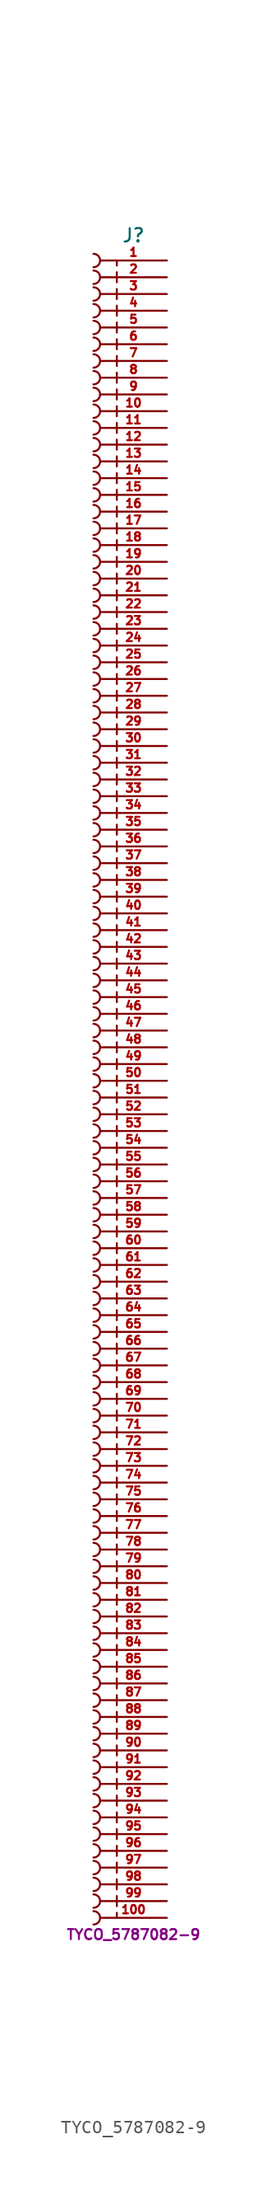
<source format=kicad_sym>
(kicad_symbol_lib
  (version 20211014)
  (generator kicad_symbol_editor)
  (symbol "TYCO_5787082-9"
    (pin_names
      (offset 2.54))
    (property "Reference" "J"
      (at 0 64.135 0)
      (effects (font (size 1.016 1.016))))
    (property "Footprint" ""
      (at 0 43.18 0)
      (effects (font (size 1.524 1.524))))
    (property "Datasheet" ""
      (at 0 43.18 0)
      (effects (font (size 1.524 1.524))))
    (property "Unit" "TYCO_5787082-9"
      (at 0 -64.77 0)
      (effects (font (size 0.762 0.762))))
    (symbol "TYCO_5787082-9_0_1"
      (arc (start -3.048 -64.008) (mid -2.54 -63.5) (end -3.048 -62.992) (stroke (width 0) (type default) (color 0 0 0 0)) (fill (type none)))
      (arc (start -3.048 -62.738) (mid -2.54 -62.23) (end -3.048 -61.722) (stroke (width 0) (type default) (color 0 0 0 0)) (fill (type none)))
      (arc (start -3.048 -61.468) (mid -2.54 -60.96) (end -3.048 -60.452) (stroke (width 0) (type default) (color 0 0 0 0)) (fill (type none)))
      (arc (start -3.048 -60.198) (mid -2.54 -59.69) (end -3.048 -59.182) (stroke (width 0) (type default) (color 0 0 0 0)) (fill (type none)))
      (arc (start -3.048 -58.928) (mid -2.54 -58.42) (end -3.048 -57.912) (stroke (width 0) (type default) (color 0 0 0 0)) (fill (type none)))
      (arc (start -3.048 -57.658) (mid -2.54 -57.15) (end -3.048 -56.642) (stroke (width 0) (type default) (color 0 0 0 0)) (fill (type none)))
      (arc (start -3.048 -56.388) (mid -2.54 -55.88) (end -3.048 -55.372) (stroke (width 0) (type default) (color 0 0 0 0)) (fill (type none)))
      (arc (start -3.048 -55.118) (mid -2.54 -54.61) (end -3.048 -54.102) (stroke (width 0) (type default) (color 0 0 0 0)) (fill (type none)))
      (arc (start -3.048 -53.848) (mid -2.54 -53.34) (end -3.048 -52.832) (stroke (width 0) (type default) (color 0 0 0 0)) (fill (type none)))
      (arc (start -3.048 -52.578) (mid -2.54 -52.07) (end -3.048 -51.562) (stroke (width 0) (type default) (color 0 0 0 0)) (fill (type none)))
      (arc (start -3.048 -51.308) (mid -2.54 -50.8) (end -3.048 -50.292) (stroke (width 0) (type default) (color 0 0 0 0)) (fill (type none)))
      (arc (start -3.048 -50.038) (mid -2.54 -49.53) (end -3.048 -49.022) (stroke (width 0) (type default) (color 0 0 0 0)) (fill (type none)))
      (arc (start -3.048 -48.768) (mid -2.54 -48.26) (end -3.048 -47.752) (stroke (width 0) (type default) (color 0 0 0 0)) (fill (type none)))
      (arc (start -3.048 -47.498) (mid -2.54 -46.99) (end -3.048 -46.482) (stroke (width 0) (type default) (color 0 0 0 0)) (fill (type none)))
      (arc (start -3.048 -46.228) (mid -2.54 -45.72) (end -3.048 -45.212) (stroke (width 0) (type default) (color 0 0 0 0)) (fill (type none)))
      (arc (start -3.048 -44.958) (mid -2.54 -44.45) (end -3.048 -43.942) (stroke (width 0) (type default) (color 0 0 0 0)) (fill (type none)))
      (arc (start -3.048 -43.688) (mid -2.54 -43.18) (end -3.048 -42.672) (stroke (width 0) (type default) (color 0 0 0 0)) (fill (type none)))
      (arc (start -3.048 -42.418) (mid -2.54 -41.91) (end -3.048 -41.402) (stroke (width 0) (type default) (color 0 0 0 0)) (fill (type none)))
      (arc (start -3.048 -41.148) (mid -2.54 -40.64) (end -3.048 -40.132) (stroke (width 0) (type default) (color 0 0 0 0)) (fill (type none)))
      (arc (start -3.048 -39.878) (mid -2.54 -39.37) (end -3.048 -38.862) (stroke (width 0) (type default) (color 0 0 0 0)) (fill (type none)))
      (arc (start -3.048 -38.608) (mid -2.54 -38.1) (end -3.048 -37.592) (stroke (width 0) (type default) (color 0 0 0 0)) (fill (type none)))
      (arc (start -3.048 -37.338) (mid -2.54 -36.83) (end -3.048 -36.322) (stroke (width 0) (type default) (color 0 0 0 0)) (fill (type none)))
      (arc (start -3.048 -36.068) (mid -2.54 -35.56) (end -3.048 -35.052) (stroke (width 0) (type default) (color 0 0 0 0)) (fill (type none)))
      (arc (start -3.048 -34.798) (mid -2.54 -34.29) (end -3.048 -33.782) (stroke (width 0) (type default) (color 0 0 0 0)) (fill (type none)))
      (arc (start -3.048 -33.528) (mid -2.54 -33.02) (end -3.048 -32.512) (stroke (width 0) (type default) (color 0 0 0 0)) (fill (type none)))
      (arc (start -3.048 -32.258) (mid -2.54 -31.75) (end -3.048 -31.242) (stroke (width 0) (type default) (color 0 0 0 0)) (fill (type none)))
      (arc (start -3.048 -30.988) (mid -2.54 -30.48) (end -3.048 -29.972) (stroke (width 0) (type default) (color 0 0 0 0)) (fill (type none)))
      (arc (start -3.048 -29.718) (mid -2.54 -29.21) (end -3.048 -28.702) (stroke (width 0) (type default) (color 0 0 0 0)) (fill (type none)))
      (arc (start -3.048 -28.448) (mid -2.54 -27.94) (end -3.048 -27.432) (stroke (width 0) (type default) (color 0 0 0 0)) (fill (type none)))
      (arc (start -3.048 -27.178) (mid -2.54 -26.67) (end -3.048 -26.162) (stroke (width 0) (type default) (color 0 0 0 0)) (fill (type none)))
      (arc (start -3.048 -25.908) (mid -2.54 -25.4) (end -3.048 -24.892) (stroke (width 0) (type default) (color 0 0 0 0)) (fill (type none)))
      (arc (start -3.048 -24.638) (mid -2.54 -24.13) (end -3.048 -23.622) (stroke (width 0) (type default) (color 0 0 0 0)) (fill (type none)))
      (arc (start -3.048 -23.368) (mid -2.54 -22.86) (end -3.048 -22.352) (stroke (width 0) (type default) (color 0 0 0 0)) (fill (type none)))
      (arc (start -3.048 -22.098) (mid -2.54 -21.59) (end -3.048 -21.082) (stroke (width 0) (type default) (color 0 0 0 0)) (fill (type none)))
      (arc (start -3.048 -20.828) (mid -2.54 -20.32) (end -3.048 -19.812) (stroke (width 0) (type default) (color 0 0 0 0)) (fill (type none)))
      (arc (start -3.048 -19.558) (mid -2.54 -19.05) (end -3.048 -18.542) (stroke (width 0) (type default) (color 0 0 0 0)) (fill (type none)))
      (arc (start -3.048 -18.288) (mid -2.54 -17.78) (end -3.048 -17.272) (stroke (width 0) (type default) (color 0 0 0 0)) (fill (type none)))
      (arc (start -3.048 -17.018) (mid -2.54 -16.51) (end -3.048 -16.002) (stroke (width 0) (type default) (color 0 0 0 0)) (fill (type none)))
      (arc (start -3.048 -15.748) (mid -2.54 -15.24) (end -3.048 -14.732) (stroke (width 0) (type default) (color 0 0 0 0)) (fill (type none)))
      (arc (start -3.048 -14.478) (mid -2.54 -13.97) (end -3.048 -13.462) (stroke (width 0) (type default) (color 0 0 0 0)) (fill (type none)))
      (arc (start -3.048 -13.208) (mid -2.54 -12.7) (end -3.048 -12.192) (stroke (width 0) (type default) (color 0 0 0 0)) (fill (type none)))
      (arc (start -3.048 -11.938) (mid -2.54 -11.43) (end -3.048 -10.922) (stroke (width 0) (type default) (color 0 0 0 0)) (fill (type none)))
      (arc (start -3.048 -10.668) (mid -2.54 -10.16) (end -3.048 -9.652) (stroke (width 0) (type default) (color 0 0 0 0)) (fill (type none)))
      (arc (start -3.048 -9.398) (mid -2.54 -8.89) (end -3.048 -8.382) (stroke (width 0) (type default) (color 0 0 0 0)) (fill (type none)))
      (arc (start -3.048 -8.128) (mid -2.54 -7.62) (end -3.048 -7.112) (stroke (width 0) (type default) (color 0 0 0 0)) (fill (type none)))
      (arc (start -3.048 -6.858) (mid -2.54 -6.35) (end -3.048 -5.842) (stroke (width 0) (type default) (color 0 0 0 0)) (fill (type none)))
      (arc (start -3.048 -5.588) (mid -2.54 -5.08) (end -3.048 -4.572) (stroke (width 0) (type default) (color 0 0 0 0)) (fill (type none)))
      (arc (start -3.048 -4.318) (mid -2.54 -3.81) (end -3.048 -3.302) (stroke (width 0) (type default) (color 0 0 0 0)) (fill (type none)))
      (arc (start -3.048 -3.048) (mid -2.54 -2.54) (end -3.048 -2.032) (stroke (width 0) (type default) (color 0 0 0 0)) (fill (type none)))
      (arc (start -3.048 -1.778) (mid -2.54 -1.27) (end -3.048 -0.762) (stroke (width 0) (type default) (color 0 0 0 0)) (fill (type none)))
      (arc (start -3.048 -0.508) (mid -2.54 0) (end -3.048 0.508) (stroke (width 0) (type default) (color 0 0 0 0)) (fill (type none)))
      (arc (start -3.048 0.762) (mid -2.54 1.27) (end -3.048 1.778) (stroke (width 0) (type default) (color 0 0 0 0)) (fill (type none)))
      (arc (start -3.048 2.032) (mid -2.54 2.54) (end -3.048 3.048) (stroke (width 0) (type default) (color 0 0 0 0)) (fill (type none)))
      (arc (start -3.048 3.302) (mid -2.54 3.81) (end -3.048 4.318) (stroke (width 0) (type default) (color 0 0 0 0)) (fill (type none)))
      (arc (start -3.048 4.572) (mid -2.54 5.08) (end -3.048 5.588) (stroke (width 0) (type default) (color 0 0 0 0)) (fill (type none)))
      (arc (start -3.048 5.842) (mid -2.54 6.35) (end -3.048 6.858) (stroke (width 0) (type default) (color 0 0 0 0)) (fill (type none)))
      (arc (start -3.048 7.112) (mid -2.54 7.62) (end -3.048 8.128) (stroke (width 0) (type default) (color 0 0 0 0)) (fill (type none)))
      (arc (start -3.048 8.382) (mid -2.54 8.89) (end -3.048 9.398) (stroke (width 0) (type default) (color 0 0 0 0)) (fill (type none)))
      (arc (start -3.048 9.652) (mid -2.54 10.16) (end -3.048 10.668) (stroke (width 0) (type default) (color 0 0 0 0)) (fill (type none)))
      (arc (start -3.048 10.922) (mid -2.54 11.43) (end -3.048 11.938) (stroke (width 0) (type default) (color 0 0 0 0)) (fill (type none)))
      (arc (start -3.048 12.192) (mid -2.54 12.7) (end -3.048 13.208) (stroke (width 0) (type default) (color 0 0 0 0)) (fill (type none)))
      (arc (start -3.048 13.462) (mid -2.54 13.97) (end -3.048 14.478) (stroke (width 0) (type default) (color 0 0 0 0)) (fill (type none)))
      (arc (start -3.048 14.732) (mid -2.54 15.24) (end -3.048 15.748) (stroke (width 0) (type default) (color 0 0 0 0)) (fill (type none)))
      (arc (start -3.048 16.002) (mid -2.54 16.51) (end -3.048 17.018) (stroke (width 0) (type default) (color 0 0 0 0)) (fill (type none)))
      (arc (start -3.048 17.272) (mid -2.54 17.78) (end -3.048 18.288) (stroke (width 0) (type default) (color 0 0 0 0)) (fill (type none)))
      (arc (start -3.048 18.542) (mid -2.54 19.05) (end -3.048 19.558) (stroke (width 0) (type default) (color 0 0 0 0)) (fill (type none)))
      (arc (start -3.048 19.812) (mid -2.54 20.32) (end -3.048 20.828) (stroke (width 0) (type default) (color 0 0 0 0)) (fill (type none)))
      (arc (start -3.048 21.082) (mid -2.54 21.59) (end -3.048 22.098) (stroke (width 0) (type default) (color 0 0 0 0)) (fill (type none)))
      (arc (start -3.048 22.352) (mid -2.54 22.86) (end -3.048 23.368) (stroke (width 0) (type default) (color 0 0 0 0)) (fill (type none)))
      (arc (start -3.048 23.622) (mid -2.54 24.13) (end -3.048 24.638) (stroke (width 0) (type default) (color 0 0 0 0)) (fill (type none)))
      (arc (start -3.048 24.892) (mid -2.54 25.4) (end -3.048 25.908) (stroke (width 0) (type default) (color 0 0 0 0)) (fill (type none)))
      (arc (start -3.048 26.162) (mid -2.54 26.67) (end -3.048 27.178) (stroke (width 0) (type default) (color 0 0 0 0)) (fill (type none)))
      (arc (start -3.048 27.432) (mid -2.54 27.94) (end -3.048 28.448) (stroke (width 0) (type default) (color 0 0 0 0)) (fill (type none)))
      (arc (start -3.048 28.702) (mid -2.54 29.21) (end -3.048 29.718) (stroke (width 0) (type default) (color 0 0 0 0)) (fill (type none)))
      (arc (start -3.048 29.972) (mid -2.54 30.48) (end -3.048 30.988) (stroke (width 0) (type default) (color 0 0 0 0)) (fill (type none)))
      (arc (start -3.048 31.242) (mid -2.54 31.75) (end -3.048 32.258) (stroke (width 0) (type default) (color 0 0 0 0)) (fill (type none)))
      (arc (start -3.048 32.512) (mid -2.54 33.02) (end -3.048 33.528) (stroke (width 0) (type default) (color 0 0 0 0)) (fill (type none)))
      (arc (start -3.048 33.782) (mid -2.54 34.29) (end -3.048 34.798) (stroke (width 0) (type default) (color 0 0 0 0)) (fill (type none)))
      (arc (start -3.048 35.052) (mid -2.54 35.56) (end -3.048 36.068) (stroke (width 0) (type default) (color 0 0 0 0)) (fill (type none)))
      (arc (start -3.048 36.322) (mid -2.54 36.83) (end -3.048 37.338) (stroke (width 0) (type default) (color 0 0 0 0)) (fill (type none)))
      (arc (start -3.048 37.592) (mid -2.54 38.1) (end -3.048 38.608) (stroke (width 0) (type default) (color 0 0 0 0)) (fill (type none)))
      (arc (start -3.048 38.862) (mid -2.54 39.37) (end -3.048 39.878) (stroke (width 0) (type default) (color 0 0 0 0)) (fill (type none)))
      (arc (start -3.048 40.132) (mid -2.54 40.64) (end -3.048 41.148) (stroke (width 0) (type default) (color 0 0 0 0)) (fill (type none)))
      (arc (start -3.048 41.402) (mid -2.54 41.91) (end -3.048 42.418) (stroke (width 0) (type default) (color 0 0 0 0)) (fill (type none)))
      (arc (start -3.048 42.672) (mid -2.54 43.18) (end -3.048 43.688) (stroke (width 0) (type default) (color 0 0 0 0)) (fill (type none)))
      (arc (start -3.048 43.942) (mid -2.54 44.45) (end -3.048 44.958) (stroke (width 0) (type default) (color 0 0 0 0)) (fill (type none)))
      (arc (start -3.048 45.212) (mid -2.54 45.72) (end -3.048 46.228) (stroke (width 0) (type default) (color 0 0 0 0)) (fill (type none)))
      (arc (start -3.048 46.482) (mid -2.54 46.99) (end -3.048 47.498) (stroke (width 0) (type default) (color 0 0 0 0)) (fill (type none)))
      (arc (start -3.048 47.752) (mid -2.54 48.26) (end -3.048 48.768) (stroke (width 0) (type default) (color 0 0 0 0)) (fill (type none)))
      (arc (start -3.048 49.022) (mid -2.54 49.53) (end -3.048 50.038) (stroke (width 0) (type default) (color 0 0 0 0)) (fill (type none)))
      (arc (start -3.048 50.292) (mid -2.54 50.8) (end -3.048 51.308) (stroke (width 0) (type default) (color 0 0 0 0)) (fill (type none)))
      (arc (start -3.048 51.562) (mid -2.54 52.07) (end -3.048 52.578) (stroke (width 0) (type default) (color 0 0 0 0)) (fill (type none)))
      (arc (start -3.048 52.832) (mid -2.54 53.34) (end -3.048 53.848) (stroke (width 0) (type default) (color 0 0 0 0)) (fill (type none)))
      (arc (start -3.048 54.102) (mid -2.54 54.61) (end -3.048 55.118) (stroke (width 0) (type default) (color 0 0 0 0)) (fill (type none)))
      (arc (start -3.048 55.372) (mid -2.54 55.88) (end -3.048 56.388) (stroke (width 0) (type default) (color 0 0 0 0)) (fill (type none)))
      (arc (start -3.048 56.642) (mid -2.54 57.15) (end -3.048 57.658) (stroke (width 0) (type default) (color 0 0 0 0)) (fill (type none)))
      (arc (start -3.048 57.912) (mid -2.54 58.42) (end -3.048 58.928) (stroke (width 0) (type default) (color 0 0 0 0)) (fill (type none)))
      (arc (start -3.048 59.182) (mid -2.54 59.69) (end -3.048 60.198) (stroke (width 0) (type default) (color 0 0 0 0)) (fill (type none)))
      (arc (start -3.048 60.452) (mid -2.54 60.96) (end -3.048 61.468) (stroke (width 0) (type default) (color 0 0 0 0)) (fill (type none)))
      (arc (start -3.048 61.722) (mid -2.54 62.23) (end -3.048 62.738) (stroke (width 0) (type default) (color 0 0 0 0)) (fill (type none)))
      (polyline (pts (xy -1.27 -63.5) (xy -1.27 -63.119)) (stroke (width 0) (type default) (color 0 0 0 0)) (fill (type none)))
      (polyline (pts (xy -1.27 -62.611) (xy -1.27 -61.849)) (stroke (width 0) (type default) (color 0 0 0 0)) (fill (type none)))
      (polyline (pts (xy -1.27 -61.341) (xy -1.27 -60.579)) (stroke (width 0) (type default) (color 0 0 0 0)) (fill (type none)))
      (polyline (pts (xy -1.27 -60.071) (xy -1.27 -59.309)) (stroke (width 0) (type default) (color 0 0 0 0)) (fill (type none)))
      (polyline (pts (xy -1.27 -58.801) (xy -1.27 -58.039)) (stroke (width 0) (type default) (color 0 0 0 0)) (fill (type none)))
      (polyline (pts (xy -1.27 -57.531) (xy -1.27 -56.769)) (stroke (width 0) (type default) (color 0 0 0 0)) (fill (type none)))
      (polyline (pts (xy -1.27 -56.261) (xy -1.27 -55.499)) (stroke (width 0) (type default) (color 0 0 0 0)) (fill (type none)))
      (polyline (pts (xy -1.27 -54.991) (xy -1.27 -54.229)) (stroke (width 0) (type default) (color 0 0 0 0)) (fill (type none)))
      (polyline (pts (xy -1.27 -53.721) (xy -1.27 -52.959)) (stroke (width 0) (type default) (color 0 0 0 0)) (fill (type none)))
      (polyline (pts (xy -1.27 -52.451) (xy -1.27 -51.689)) (stroke (width 0) (type default) (color 0 0 0 0)) (fill (type none)))
      (polyline (pts (xy -1.27 -51.181) (xy -1.27 -50.419)) (stroke (width 0) (type default) (color 0 0 0 0)) (fill (type none)))
      (polyline (pts (xy -1.27 -49.911) (xy -1.27 -49.149)) (stroke (width 0) (type default) (color 0 0 0 0)) (fill (type none)))
      (polyline (pts (xy -1.27 -48.641) (xy -1.27 -47.879)) (stroke (width 0) (type default) (color 0 0 0 0)) (fill (type none)))
      (polyline (pts (xy -1.27 -47.371) (xy -1.27 -46.609)) (stroke (width 0) (type default) (color 0 0 0 0)) (fill (type none)))
      (polyline (pts (xy -1.27 -46.101) (xy -1.27 -45.339)) (stroke (width 0) (type default) (color 0 0 0 0)) (fill (type none)))
      (polyline (pts (xy -1.27 -44.831) (xy -1.27 -44.069)) (stroke (width 0) (type default) (color 0 0 0 0)) (fill (type none)))
      (polyline (pts (xy -1.27 -43.561) (xy -1.27 -42.799)) (stroke (width 0) (type default) (color 0 0 0 0)) (fill (type none)))
      (polyline (pts (xy -1.27 -42.291) (xy -1.27 -41.529)) (stroke (width 0) (type default) (color 0 0 0 0)) (fill (type none)))
      (polyline (pts (xy -1.27 -41.021) (xy -1.27 -40.259)) (stroke (width 0) (type default) (color 0 0 0 0)) (fill (type none)))
      (polyline (pts (xy -1.27 -39.751) (xy -1.27 -38.989)) (stroke (width 0) (type default) (color 0 0 0 0)) (fill (type none)))
      (polyline (pts (xy -1.27 -38.481) (xy -1.27 -37.719)) (stroke (width 0) (type default) (color 0 0 0 0)) (fill (type none)))
      (polyline (pts (xy -1.27 -37.211) (xy -1.27 -36.449)) (stroke (width 0) (type default) (color 0 0 0 0)) (fill (type none)))
      (polyline (pts (xy -1.27 -35.941) (xy -1.27 -35.179)) (stroke (width 0) (type default) (color 0 0 0 0)) (fill (type none)))
      (polyline (pts (xy -1.27 -34.671) (xy -1.27 -33.909)) (stroke (width 0) (type default) (color 0 0 0 0)) (fill (type none)))
      (polyline (pts (xy -1.27 -33.401) (xy -1.27 -32.639)) (stroke (width 0) (type default) (color 0 0 0 0)) (fill (type none)))
      (polyline (pts (xy -1.27 -32.131) (xy -1.27 -31.369)) (stroke (width 0) (type default) (color 0 0 0 0)) (fill (type none)))
      (polyline (pts (xy -1.27 -30.861) (xy -1.27 -30.099)) (stroke (width 0) (type default) (color 0 0 0 0)) (fill (type none)))
      (polyline (pts (xy -1.27 -29.591) (xy -1.27 -28.829)) (stroke (width 0) (type default) (color 0 0 0 0)) (fill (type none)))
      (polyline (pts (xy -1.27 -28.321) (xy -1.27 -27.559)) (stroke (width 0) (type default) (color 0 0 0 0)) (fill (type none)))
      (polyline (pts (xy -1.27 -27.051) (xy -1.27 -26.289)) (stroke (width 0) (type default) (color 0 0 0 0)) (fill (type none)))
      (polyline (pts (xy -1.27 -25.781) (xy -1.27 -25.019)) (stroke (width 0) (type default) (color 0 0 0 0)) (fill (type none)))
      (polyline (pts (xy -1.27 -24.511) (xy -1.27 -23.749)) (stroke (width 0) (type default) (color 0 0 0 0)) (fill (type none)))
      (polyline (pts (xy -1.27 -23.241) (xy -1.27 -22.479)) (stroke (width 0) (type default) (color 0 0 0 0)) (fill (type none)))
      (polyline (pts (xy -1.27 -21.971) (xy -1.27 -21.209)) (stroke (width 0) (type default) (color 0 0 0 0)) (fill (type none)))
      (polyline (pts (xy -1.27 -20.701) (xy -1.27 -19.939)) (stroke (width 0) (type default) (color 0 0 0 0)) (fill (type none)))
      (polyline (pts (xy -1.27 -19.431) (xy -1.27 -18.669)) (stroke (width 0) (type default) (color 0 0 0 0)) (fill (type none)))
      (polyline (pts (xy -1.27 -18.161) (xy -1.27 -17.399)) (stroke (width 0) (type default) (color 0 0 0 0)) (fill (type none)))
      (polyline (pts (xy -1.27 -16.891) (xy -1.27 -16.129)) (stroke (width 0) (type default) (color 0 0 0 0)) (fill (type none)))
      (polyline (pts (xy -1.27 -15.621) (xy -1.27 -14.859)) (stroke (width 0) (type default) (color 0 0 0 0)) (fill (type none)))
      (polyline (pts (xy -1.27 -14.351) (xy -1.27 -13.589)) (stroke (width 0) (type default) (color 0 0 0 0)) (fill (type none)))
      (polyline (pts (xy -1.27 -13.081) (xy -1.27 -12.319)) (stroke (width 0) (type default) (color 0 0 0 0)) (fill (type none)))
      (polyline (pts (xy -1.27 -11.811) (xy -1.27 -11.049)) (stroke (width 0) (type default) (color 0 0 0 0)) (fill (type none)))
      (polyline (pts (xy -1.27 -10.541) (xy -1.27 -9.779)) (stroke (width 0) (type default) (color 0 0 0 0)) (fill (type none)))
      (polyline (pts (xy -1.27 -9.271) (xy -1.27 -8.509)) (stroke (width 0) (type default) (color 0 0 0 0)) (fill (type none)))
      (polyline (pts (xy -1.27 -8.001) (xy -1.27 -7.239)) (stroke (width 0) (type default) (color 0 0 0 0)) (fill (type none)))
      (polyline (pts (xy -1.27 -6.731) (xy -1.27 -5.969)) (stroke (width 0) (type default) (color 0 0 0 0)) (fill (type none)))
      (polyline (pts (xy -1.27 -5.461) (xy -1.27 -4.699)) (stroke (width 0) (type default) (color 0 0 0 0)) (fill (type none)))
      (polyline (pts (xy -1.27 -4.191) (xy -1.27 -3.429)) (stroke (width 0) (type default) (color 0 0 0 0)) (fill (type none)))
      (polyline (pts (xy -1.27 -2.921) (xy -1.27 -2.159)) (stroke (width 0) (type default) (color 0 0 0 0)) (fill (type none)))
      (polyline (pts (xy -1.27 -1.651) (xy -1.27 -0.889)) (stroke (width 0) (type default) (color 0 0 0 0)) (fill (type none)))
      (polyline (pts (xy -1.27 -0.381) (xy -1.27 0.381)) (stroke (width 0) (type default) (color 0 0 0 0)) (fill (type none)))
      (polyline (pts (xy -1.27 0.889) (xy -1.27 1.651)) (stroke (width 0) (type default) (color 0 0 0 0)) (fill (type none)))
      (polyline (pts (xy -1.27 2.159) (xy -1.27 2.921)) (stroke (width 0) (type default) (color 0 0 0 0)) (fill (type none)))
      (polyline (pts (xy -1.27 3.429) (xy -1.27 4.191)) (stroke (width 0) (type default) (color 0 0 0 0)) (fill (type none)))
      (polyline (pts (xy -1.27 4.699) (xy -1.27 5.461)) (stroke (width 0) (type default) (color 0 0 0 0)) (fill (type none)))
      (polyline (pts (xy -1.27 5.969) (xy -1.27 6.731)) (stroke (width 0) (type default) (color 0 0 0 0)) (fill (type none)))
      (polyline (pts (xy -1.27 7.239) (xy -1.27 8.001)) (stroke (width 0) (type default) (color 0 0 0 0)) (fill (type none)))
      (polyline (pts (xy -1.27 8.509) (xy -1.27 9.271)) (stroke (width 0) (type default) (color 0 0 0 0)) (fill (type none)))
      (polyline (pts (xy -1.27 9.779) (xy -1.27 10.541)) (stroke (width 0) (type default) (color 0 0 0 0)) (fill (type none)))
      (polyline (pts (xy -1.27 11.049) (xy -1.27 11.811)) (stroke (width 0) (type default) (color 0 0 0 0)) (fill (type none)))
      (polyline (pts (xy -1.27 12.319) (xy -1.27 13.081)) (stroke (width 0) (type default) (color 0 0 0 0)) (fill (type none)))
      (polyline (pts (xy -1.27 13.589) (xy -1.27 14.351)) (stroke (width 0) (type default) (color 0 0 0 0)) (fill (type none)))
      (polyline (pts (xy -1.27 14.859) (xy -1.27 15.621)) (stroke (width 0) (type default) (color 0 0 0 0)) (fill (type none)))
      (polyline (pts (xy -1.27 16.129) (xy -1.27 16.891)) (stroke (width 0) (type default) (color 0 0 0 0)) (fill (type none)))
      (polyline (pts (xy -1.27 17.399) (xy -1.27 18.161)) (stroke (width 0) (type default) (color 0 0 0 0)) (fill (type none)))
      (polyline (pts (xy -1.27 18.669) (xy -1.27 19.431)) (stroke (width 0) (type default) (color 0 0 0 0)) (fill (type none)))
      (polyline (pts (xy -1.27 19.939) (xy -1.27 20.701)) (stroke (width 0) (type default) (color 0 0 0 0)) (fill (type none)))
      (polyline (pts (xy -1.27 21.209) (xy -1.27 21.971)) (stroke (width 0) (type default) (color 0 0 0 0)) (fill (type none)))
      (polyline (pts (xy -1.27 22.479) (xy -1.27 23.241)) (stroke (width 0) (type default) (color 0 0 0 0)) (fill (type none)))
      (polyline (pts (xy -1.27 23.749) (xy -1.27 24.511)) (stroke (width 0) (type default) (color 0 0 0 0)) (fill (type none)))
      (polyline (pts (xy -1.27 25.019) (xy -1.27 25.781)) (stroke (width 0) (type default) (color 0 0 0 0)) (fill (type none)))
      (polyline (pts (xy -1.27 26.289) (xy -1.27 27.051)) (stroke (width 0) (type default) (color 0 0 0 0)) (fill (type none)))
      (polyline (pts (xy -1.27 27.559) (xy -1.27 28.321)) (stroke (width 0) (type default) (color 0 0 0 0)) (fill (type none)))
      (polyline (pts (xy -1.27 28.829) (xy -1.27 29.591)) (stroke (width 0) (type default) (color 0 0 0 0)) (fill (type none)))
      (polyline (pts (xy -1.27 30.099) (xy -1.27 30.861)) (stroke (width 0) (type default) (color 0 0 0 0)) (fill (type none)))
      (polyline (pts (xy -1.27 31.369) (xy -1.27 32.131)) (stroke (width 0) (type default) (color 0 0 0 0)) (fill (type none)))
      (polyline (pts (xy -1.27 32.639) (xy -1.27 33.401)) (stroke (width 0) (type default) (color 0 0 0 0)) (fill (type none)))
      (polyline (pts (xy -1.27 33.909) (xy -1.27 34.671)) (stroke (width 0) (type default) (color 0 0 0 0)) (fill (type none)))
      (polyline (pts (xy -1.27 35.179) (xy -1.27 35.941)) (stroke (width 0) (type default) (color 0 0 0 0)) (fill (type none)))
      (polyline (pts (xy -1.27 36.449) (xy -1.27 37.211)) (stroke (width 0) (type default) (color 0 0 0 0)) (fill (type none)))
      (polyline (pts (xy -1.27 37.719) (xy -1.27 38.481)) (stroke (width 0) (type default) (color 0 0 0 0)) (fill (type none)))
      (polyline (pts (xy -1.27 38.989) (xy -1.27 39.751)) (stroke (width 0) (type default) (color 0 0 0 0)) (fill (type none)))
      (polyline (pts (xy -1.27 40.259) (xy -1.27 41.021)) (stroke (width 0) (type default) (color 0 0 0 0)) (fill (type none)))
      (polyline (pts (xy -1.27 41.529) (xy -1.27 42.291)) (stroke (width 0) (type default) (color 0 0 0 0)) (fill (type none)))
      (polyline (pts (xy -1.27 42.799) (xy -1.27 43.561)) (stroke (width 0) (type default) (color 0 0 0 0)) (fill (type none)))
      (polyline (pts (xy -1.27 44.069) (xy -1.27 44.831)) (stroke (width 0) (type default) (color 0 0 0 0)) (fill (type none)))
      (polyline (pts (xy -1.27 45.339) (xy -1.27 46.101)) (stroke (width 0) (type default) (color 0 0 0 0)) (fill (type none)))
      (polyline (pts (xy -1.27 46.609) (xy -1.27 47.371)) (stroke (width 0) (type default) (color 0 0 0 0)) (fill (type none)))
      (polyline (pts (xy -1.27 47.879) (xy -1.27 48.641)) (stroke (width 0) (type default) (color 0 0 0 0)) (fill (type none)))
      (polyline (pts (xy -1.27 49.149) (xy -1.27 49.911)) (stroke (width 0) (type default) (color 0 0 0 0)) (fill (type none)))
      (polyline (pts (xy -1.27 50.419) (xy -1.27 51.181)) (stroke (width 0) (type default) (color 0 0 0 0)) (fill (type none)))
      (polyline (pts (xy -1.27 51.689) (xy -1.27 52.451)) (stroke (width 0) (type default) (color 0 0 0 0)) (fill (type none)))
      (polyline (pts (xy -1.27 52.959) (xy -1.27 53.721)) (stroke (width 0) (type default) (color 0 0 0 0)) (fill (type none)))
      (polyline (pts (xy -1.27 54.229) (xy -1.27 54.991)) (stroke (width 0) (type default) (color 0 0 0 0)) (fill (type none)))
      (polyline (pts (xy -1.27 55.499) (xy -1.27 56.261)) (stroke (width 0) (type default) (color 0 0 0 0)) (fill (type none)))
      (polyline (pts (xy -1.27 56.769) (xy -1.27 57.531)) (stroke (width 0) (type default) (color 0 0 0 0)) (fill (type none)))
      (polyline (pts (xy -1.27 58.039) (xy -1.27 58.801)) (stroke (width 0) (type default) (color 0 0 0 0)) (fill (type none)))
      (polyline (pts (xy -1.27 59.309) (xy -1.27 60.071)) (stroke (width 0) (type default) (color 0 0 0 0)) (fill (type none)))
      (polyline (pts (xy -1.27 60.579) (xy -1.27 61.341)) (stroke (width 0) (type default) (color 0 0 0 0)) (fill (type none)))
      (polyline (pts (xy -1.27 62.23) (xy -1.27 61.849)) (stroke (width 0) (type default) (color 0 0 0 0)) (fill (type none))))
    (symbol "TYCO_5787082-9_1_1"
      (pin passive line (at 2.54 62.23 180) (length 5.08) (name "~" (effects (font (size 0.635 0.635)))) (number "1" (effects (font (size 0.635 0.635)))))
      (pin passive line (at 2.54 50.8 180) (length 5.08) (name "~" (effects (font (size 0.635 0.635)))) (number "10" (effects (font (size 0.635 0.635)))))
      (pin passive line (at 2.54 -63.5 180) (length 5.08) (name "~" (effects (font (size 0.635 0.635)))) (number "100" (effects (font (size 0.635 0.635)))))
      (pin passive line (at 2.54 49.53 180) (length 5.08) (name "~" (effects (font (size 0.635 0.635)))) (number "11" (effects (font (size 0.635 0.635)))))
      (pin passive line (at 2.54 48.26 180) (length 5.08) (name "~" (effects (font (size 0.635 0.635)))) (number "12" (effects (font (size 0.635 0.635)))))
      (pin passive line (at 2.54 46.99 180) (length 5.08) (name "~" (effects (font (size 0.635 0.635)))) (number "13" (effects (font (size 0.635 0.635)))))
      (pin passive line (at 2.54 45.72 180) (length 5.08) (name "~" (effects (font (size 0.635 0.635)))) (number "14" (effects (font (size 0.635 0.635)))))
      (pin passive line (at 2.54 44.45 180) (length 5.08) (name "~" (effects (font (size 0.635 0.635)))) (number "15" (effects (font (size 0.635 0.635)))))
      (pin passive line (at 2.54 43.18 180) (length 5.08) (name "~" (effects (font (size 0.635 0.635)))) (number "16" (effects (font (size 0.635 0.635)))))
      (pin passive line (at 2.54 41.91 180) (length 5.08) (name "~" (effects (font (size 0.635 0.635)))) (number "17" (effects (font (size 0.635 0.635)))))
      (pin passive line (at 2.54 40.64 180) (length 5.08) (name "~" (effects (font (size 0.635 0.635)))) (number "18" (effects (font (size 0.635 0.635)))))
      (pin passive line (at 2.54 39.37 180) (length 5.08) (name "~" (effects (font (size 0.635 0.635)))) (number "19" (effects (font (size 0.635 0.635)))))
      (pin passive line (at 2.54 60.96 180) (length 5.08) (name "~" (effects (font (size 0.635 0.635)))) (number "2" (effects (font (size 0.635 0.635)))))
      (pin passive line (at 2.54 38.1 180) (length 5.08) (name "~" (effects (font (size 0.635 0.635)))) (number "20" (effects (font (size 0.635 0.635)))))
      (pin passive line (at 2.54 36.83 180) (length 5.08) (name "~" (effects (font (size 0.635 0.635)))) (number "21" (effects (font (size 0.635 0.635)))))
      (pin passive line (at 2.54 35.56 180) (length 5.08) (name "~" (effects (font (size 0.635 0.635)))) (number "22" (effects (font (size 0.635 0.635)))))
      (pin passive line (at 2.54 34.29 180) (length 5.08) (name "~" (effects (font (size 0.635 0.635)))) (number "23" (effects (font (size 0.635 0.635)))))
      (pin passive line (at 2.54 33.02 180) (length 5.08) (name "~" (effects (font (size 0.635 0.635)))) (number "24" (effects (font (size 0.635 0.635)))))
      (pin passive line (at 2.54 31.75 180) (length 5.08) (name "~" (effects (font (size 0.635 0.635)))) (number "25" (effects (font (size 0.635 0.635)))))
      (pin passive line (at 2.54 30.48 180) (length 5.08) (name "~" (effects (font (size 0.635 0.635)))) (number "26" (effects (font (size 0.635 0.635)))))
      (pin passive line (at 2.54 29.21 180) (length 5.08) (name "~" (effects (font (size 0.635 0.635)))) (number "27" (effects (font (size 0.635 0.635)))))
      (pin passive line (at 2.54 27.94 180) (length 5.08) (name "~" (effects (font (size 0.635 0.635)))) (number "28" (effects (font (size 0.635 0.635)))))
      (pin passive line (at 2.54 26.67 180) (length 5.08) (name "~" (effects (font (size 0.635 0.635)))) (number "29" (effects (font (size 0.635 0.635)))))
      (pin passive line (at 2.54 59.69 180) (length 5.08) (name "~" (effects (font (size 0.635 0.635)))) (number "3" (effects (font (size 0.635 0.635)))))
      (pin passive line (at 2.54 25.4 180) (length 5.08) (name "~" (effects (font (size 0.635 0.635)))) (number "30" (effects (font (size 0.635 0.635)))))
      (pin passive line (at 2.54 24.13 180) (length 5.08) (name "~" (effects (font (size 0.635 0.635)))) (number "31" (effects (font (size 0.635 0.635)))))
      (pin passive line (at 2.54 22.86 180) (length 5.08) (name "~" (effects (font (size 0.635 0.635)))) (number "32" (effects (font (size 0.635 0.635)))))
      (pin passive line (at 2.54 21.59 180) (length 5.08) (name "~" (effects (font (size 0.635 0.635)))) (number "33" (effects (font (size 0.635 0.635)))))
      (pin passive line (at 2.54 20.32 180) (length 5.08) (name "~" (effects (font (size 0.635 0.635)))) (number "34" (effects (font (size 0.635 0.635)))))
      (pin passive line (at 2.54 19.05 180) (length 5.08) (name "~" (effects (font (size 0.635 0.635)))) (number "35" (effects (font (size 0.635 0.635)))))
      (pin passive line (at 2.54 17.78 180) (length 5.08) (name "~" (effects (font (size 0.635 0.635)))) (number "36" (effects (font (size 0.635 0.635)))))
      (pin passive line (at 2.54 16.51 180) (length 5.08) (name "~" (effects (font (size 0.635 0.635)))) (number "37" (effects (font (size 0.635 0.635)))))
      (pin passive line (at 2.54 15.24 180) (length 5.08) (name "~" (effects (font (size 0.635 0.635)))) (number "38" (effects (font (size 0.635 0.635)))))
      (pin passive line (at 2.54 13.97 180) (length 5.08) (name "~" (effects (font (size 0.635 0.635)))) (number "39" (effects (font (size 0.635 0.635)))))
      (pin passive line (at 2.54 58.42 180) (length 5.08) (name "~" (effects (font (size 0.635 0.635)))) (number "4" (effects (font (size 0.635 0.635)))))
      (pin passive line (at 2.54 12.7 180) (length 5.08) (name "~" (effects (font (size 0.635 0.635)))) (number "40" (effects (font (size 0.635 0.635)))))
      (pin passive line (at 2.54 11.43 180) (length 5.08) (name "~" (effects (font (size 0.635 0.635)))) (number "41" (effects (font (size 0.635 0.635)))))
      (pin passive line (at 2.54 10.16 180) (length 5.08) (name "~" (effects (font (size 0.635 0.635)))) (number "42" (effects (font (size 0.635 0.635)))))
      (pin passive line (at 2.54 8.89 180) (length 5.08) (name "~" (effects (font (size 0.635 0.635)))) (number "43" (effects (font (size 0.635 0.635)))))
      (pin passive line (at 2.54 7.62 180) (length 5.08) (name "~" (effects (font (size 0.635 0.635)))) (number "44" (effects (font (size 0.635 0.635)))))
      (pin passive line (at 2.54 6.35 180) (length 5.08) (name "~" (effects (font (size 0.635 0.635)))) (number "45" (effects (font (size 0.635 0.635)))))
      (pin passive line (at 2.54 5.08 180) (length 5.08) (name "~" (effects (font (size 0.635 0.635)))) (number "46" (effects (font (size 0.635 0.635)))))
      (pin passive line (at 2.54 3.81 180) (length 5.08) (name "~" (effects (font (size 0.635 0.635)))) (number "47" (effects (font (size 0.635 0.635)))))
      (pin passive line (at 2.54 2.54 180) (length 5.08) (name "~" (effects (font (size 0.635 0.635)))) (number "48" (effects (font (size 0.635 0.635)))))
      (pin passive line (at 2.54 1.27 180) (length 5.08) (name "~" (effects (font (size 0.635 0.635)))) (number "49" (effects (font (size 0.635 0.635)))))
      (pin passive line (at 2.54 57.15 180) (length 5.08) (name "~" (effects (font (size 0.635 0.635)))) (number "5" (effects (font (size 0.635 0.635)))))
      (pin passive line (at 2.54 0 180) (length 5.08) (name "~" (effects (font (size 0.635 0.635)))) (number "50" (effects (font (size 0.635 0.635)))))
      (pin passive line (at 2.54 -1.27 180) (length 5.08) (name "~" (effects (font (size 0.635 0.635)))) (number "51" (effects (font (size 0.635 0.635)))))
      (pin passive line (at 2.54 -2.54 180) (length 5.08) (name "~" (effects (font (size 0.635 0.635)))) (number "52" (effects (font (size 0.635 0.635)))))
      (pin passive line (at 2.54 -3.81 180) (length 5.08) (name "~" (effects (font (size 0.635 0.635)))) (number "53" (effects (font (size 0.635 0.635)))))
      (pin passive line (at 2.54 -5.08 180) (length 5.08) (name "~" (effects (font (size 0.635 0.635)))) (number "54" (effects (font (size 0.635 0.635)))))
      (pin passive line (at 2.54 -6.35 180) (length 5.08) (name "~" (effects (font (size 0.635 0.635)))) (number "55" (effects (font (size 0.635 0.635)))))
      (pin passive line (at 2.54 -7.62 180) (length 5.08) (name "~" (effects (font (size 0.635 0.635)))) (number "56" (effects (font (size 0.635 0.635)))))
      (pin passive line (at 2.54 -8.89 180) (length 5.08) (name "~" (effects (font (size 0.635 0.635)))) (number "57" (effects (font (size 0.635 0.635)))))
      (pin passive line (at 2.54 -10.16 180) (length 5.08) (name "~" (effects (font (size 0.635 0.635)))) (number "58" (effects (font (size 0.635 0.635)))))
      (pin passive line (at 2.54 -11.43 180) (length 5.08) (name "~" (effects (font (size 0.635 0.635)))) (number "59" (effects (font (size 0.635 0.635)))))
      (pin passive line (at 2.54 55.88 180) (length 5.08) (name "~" (effects (font (size 0.635 0.635)))) (number "6" (effects (font (size 0.635 0.635)))))
      (pin passive line (at 2.54 -12.7 180) (length 5.08) (name "~" (effects (font (size 0.635 0.635)))) (number "60" (effects (font (size 0.635 0.635)))))
      (pin passive line (at 2.54 -13.97 180) (length 5.08) (name "~" (effects (font (size 0.635 0.635)))) (number "61" (effects (font (size 0.635 0.635)))))
      (pin passive line (at 2.54 -15.24 180) (length 5.08) (name "~" (effects (font (size 0.635 0.635)))) (number "62" (effects (font (size 0.635 0.635)))))
      (pin passive line (at 2.54 -16.51 180) (length 5.08) (name "~" (effects (font (size 0.635 0.635)))) (number "63" (effects (font (size 0.635 0.635)))))
      (pin passive line (at 2.54 -17.78 180) (length 5.08) (name "~" (effects (font (size 0.635 0.635)))) (number "64" (effects (font (size 0.635 0.635)))))
      (pin passive line (at 2.54 -19.05 180) (length 5.08) (name "~" (effects (font (size 0.635 0.635)))) (number "65" (effects (font (size 0.635 0.635)))))
      (pin passive line (at 2.54 -20.32 180) (length 5.08) (name "~" (effects (font (size 0.635 0.635)))) (number "66" (effects (font (size 0.635 0.635)))))
      (pin passive line (at 2.54 -21.59 180) (length 5.08) (name "~" (effects (font (size 0.635 0.635)))) (number "67" (effects (font (size 0.635 0.635)))))
      (pin passive line (at 2.54 -22.86 180) (length 5.08) (name "~" (effects (font (size 0.635 0.635)))) (number "68" (effects (font (size 0.635 0.635)))))
      (pin passive line (at 2.54 -24.13 180) (length 5.08) (name "~" (effects (font (size 0.635 0.635)))) (number "69" (effects (font (size 0.635 0.635)))))
      (pin passive line (at 2.54 54.61 180) (length 5.08) (name "~" (effects (font (size 0.635 0.635)))) (number "7" (effects (font (size 0.635 0.635)))))
      (pin passive line (at 2.54 -25.4 180) (length 5.08) (name "~" (effects (font (size 0.635 0.635)))) (number "70" (effects (font (size 0.635 0.635)))))
      (pin passive line (at 2.54 -26.67 180) (length 5.08) (name "~" (effects (font (size 0.635 0.635)))) (number "71" (effects (font (size 0.635 0.635)))))
      (pin passive line (at 2.54 -27.94 180) (length 5.08) (name "~" (effects (font (size 0.635 0.635)))) (number "72" (effects (font (size 0.635 0.635)))))
      (pin passive line (at 2.54 -29.21 180) (length 5.08) (name "~" (effects (font (size 0.635 0.635)))) (number "73" (effects (font (size 0.635 0.635)))))
      (pin passive line (at 2.54 -30.48 180) (length 5.08) (name "~" (effects (font (size 0.635 0.635)))) (number "74" (effects (font (size 0.635 0.635)))))
      (pin passive line (at 2.54 -31.75 180) (length 5.08) (name "~" (effects (font (size 0.635 0.635)))) (number "75" (effects (font (size 0.635 0.635)))))
      (pin passive line (at 2.54 -33.02 180) (length 5.08) (name "~" (effects (font (size 0.635 0.635)))) (number "76" (effects (font (size 0.635 0.635)))))
      (pin passive line (at 2.54 -34.29 180) (length 5.08) (name "~" (effects (font (size 0.635 0.635)))) (number "77" (effects (font (size 0.635 0.635)))))
      (pin passive line (at 2.54 -35.56 180) (length 5.08) (name "~" (effects (font (size 0.635 0.635)))) (number "78" (effects (font (size 0.635 0.635)))))
      (pin passive line (at 2.54 -36.83 180) (length 5.08) (name "~" (effects (font (size 0.635 0.635)))) (number "79" (effects (font (size 0.635 0.635)))))
      (pin passive line (at 2.54 53.34 180) (length 5.08) (name "~" (effects (font (size 0.635 0.635)))) (number "8" (effects (font (size 0.635 0.635)))))
      (pin passive line (at 2.54 -38.1 180) (length 5.08) (name "~" (effects (font (size 0.635 0.635)))) (number "80" (effects (font (size 0.635 0.635)))))
      (pin passive line (at 2.54 -39.37 180) (length 5.08) (name "~" (effects (font (size 0.635 0.635)))) (number "81" (effects (font (size 0.635 0.635)))))
      (pin passive line (at 2.54 -40.64 180) (length 5.08) (name "~" (effects (font (size 0.635 0.635)))) (number "82" (effects (font (size 0.635 0.635)))))
      (pin passive line (at 2.54 -41.91 180) (length 5.08) (name "~" (effects (font (size 0.635 0.635)))) (number "83" (effects (font (size 0.635 0.635)))))
      (pin passive line (at 2.54 -43.18 180) (length 5.08) (name "~" (effects (font (size 0.635 0.635)))) (number "84" (effects (font (size 0.635 0.635)))))
      (pin passive line (at 2.54 -44.45 180) (length 5.08) (name "~" (effects (font (size 0.635 0.635)))) (number "85" (effects (font (size 0.635 0.635)))))
      (pin passive line (at 2.54 -45.72 180) (length 5.08) (name "~" (effects (font (size 0.635 0.635)))) (number "86" (effects (font (size 0.635 0.635)))))
      (pin passive line (at 2.54 -46.99 180) (length 5.08) (name "~" (effects (font (size 0.635 0.635)))) (number "87" (effects (font (size 0.635 0.635)))))
      (pin passive line (at 2.54 -48.26 180) (length 5.08) (name "~" (effects (font (size 0.635 0.635)))) (number "88" (effects (font (size 0.635 0.635)))))
      (pin passive line (at 2.54 -49.53 180) (length 5.08) (name "~" (effects (font (size 0.635 0.635)))) (number "89" (effects (font (size 0.635 0.635)))))
      (pin passive line (at 2.54 52.07 180) (length 5.08) (name "~" (effects (font (size 0.635 0.635)))) (number "9" (effects (font (size 0.635 0.635)))))
      (pin passive line (at 2.54 -50.8 180) (length 5.08) (name "~" (effects (font (size 0.635 0.635)))) (number "90" (effects (font (size 0.635 0.635)))))
      (pin passive line (at 2.54 -52.07 180) (length 5.08) (name "~" (effects (font (size 0.635 0.635)))) (number "91" (effects (font (size 0.635 0.635)))))
      (pin passive line (at 2.54 -53.34 180) (length 5.08) (name "~" (effects (font (size 0.635 0.635)))) (number "92" (effects (font (size 0.635 0.635)))))
      (pin passive line (at 2.54 -54.61 180) (length 5.08) (name "~" (effects (font (size 0.635 0.635)))) (number "93" (effects (font (size 0.635 0.635)))))
      (pin passive line (at 2.54 -55.88 180) (length 5.08) (name "~" (effects (font (size 0.635 0.635)))) (number "94" (effects (font (size 0.635 0.635)))))
      (pin passive line (at 2.54 -57.15 180) (length 5.08) (name "~" (effects (font (size 0.635 0.635)))) (number "95" (effects (font (size 0.635 0.635)))))
      (pin passive line (at 2.54 -58.42 180) (length 5.08) (name "~" (effects (font (size 0.635 0.635)))) (number "96" (effects (font (size 0.635 0.635)))))
      (pin passive line (at 2.54 -59.69 180) (length 5.08) (name "~" (effects (font (size 0.635 0.635)))) (number "97" (effects (font (size 0.635 0.635)))))
      (pin passive line (at 2.54 -60.96 180) (length 5.08) (name "~" (effects (font (size 0.635 0.635)))) (number "98" (effects (font (size 0.635 0.635)))))
      (pin passive line (at 2.54 -62.23 180) (length 5.08) (name "~" (effects (font (size 0.635 0.635)))) (number "99" (effects (font (size 0.635 0.635))))))))
</source>
